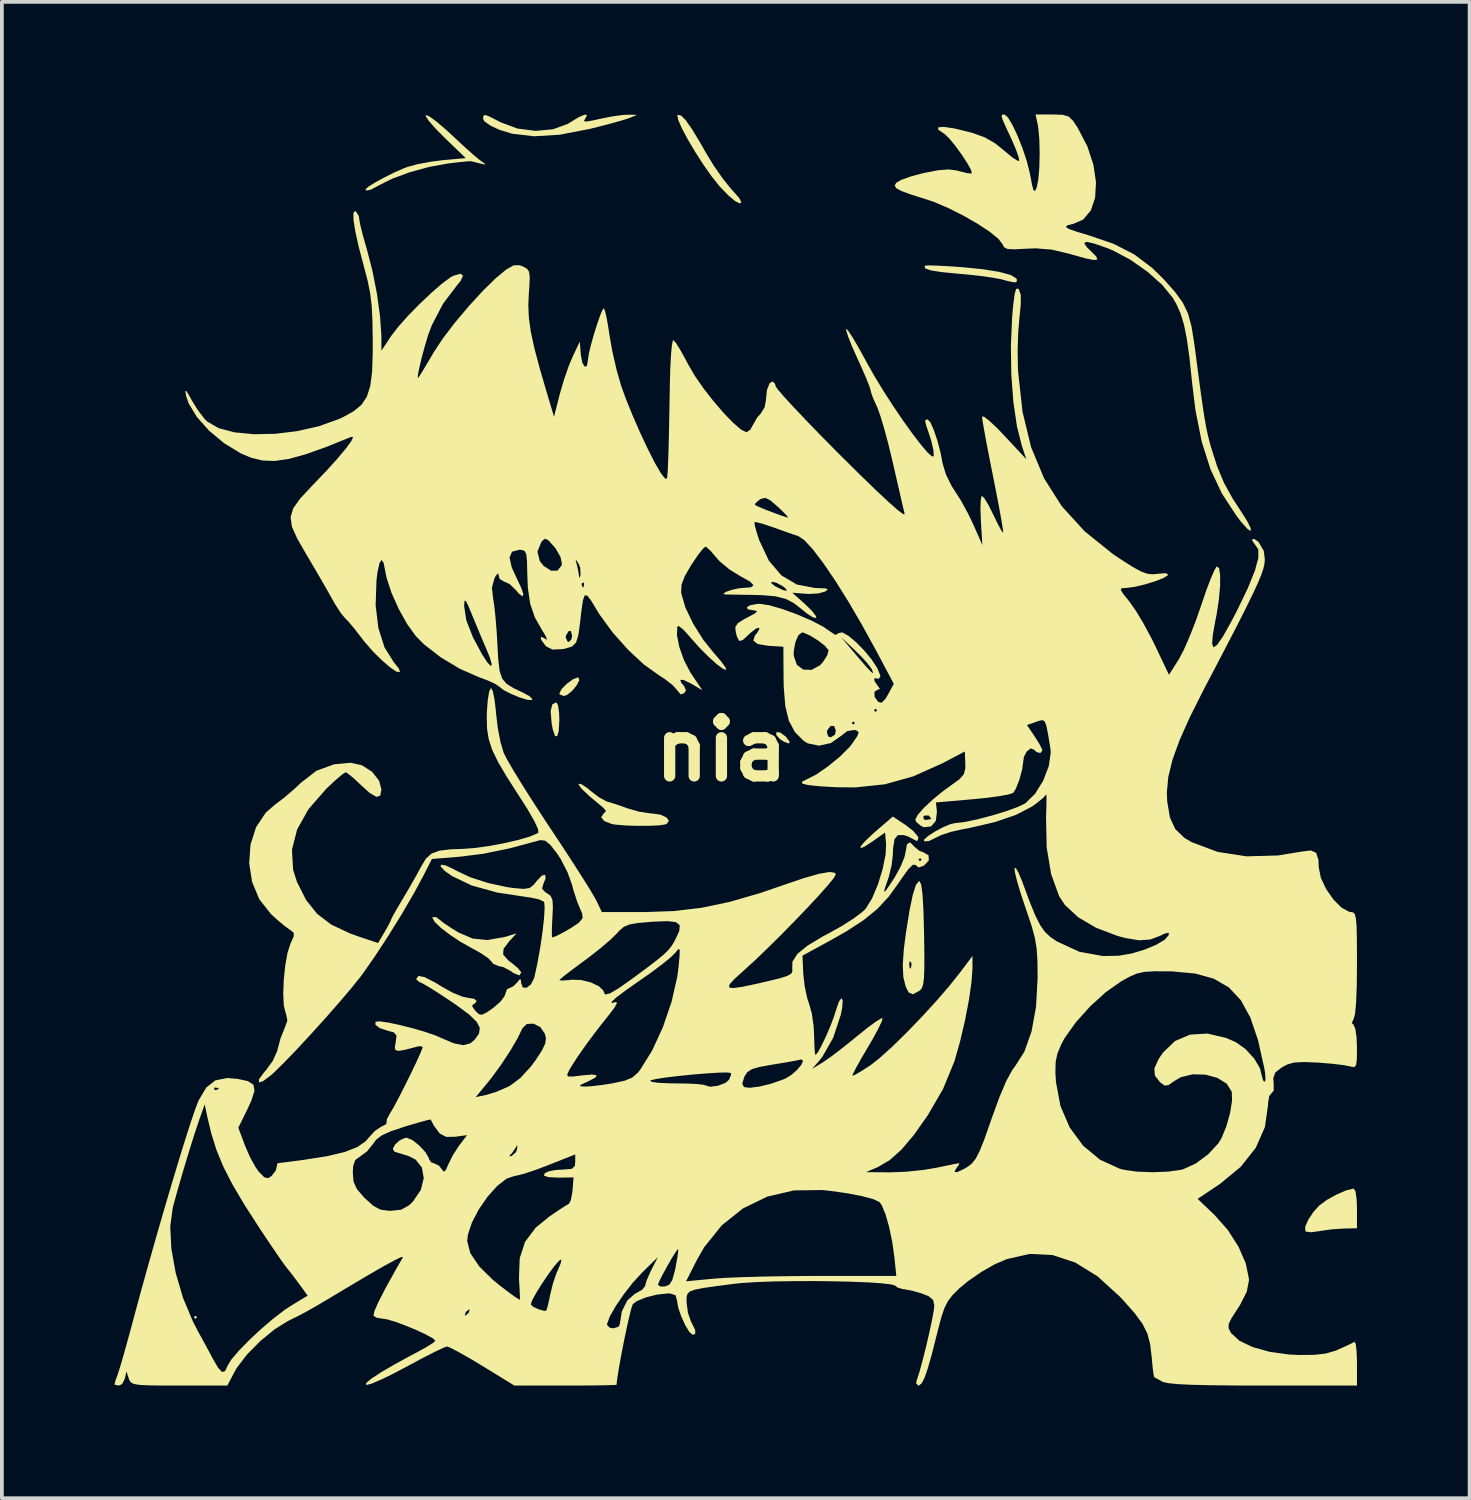
<source format=kicad_pcb>
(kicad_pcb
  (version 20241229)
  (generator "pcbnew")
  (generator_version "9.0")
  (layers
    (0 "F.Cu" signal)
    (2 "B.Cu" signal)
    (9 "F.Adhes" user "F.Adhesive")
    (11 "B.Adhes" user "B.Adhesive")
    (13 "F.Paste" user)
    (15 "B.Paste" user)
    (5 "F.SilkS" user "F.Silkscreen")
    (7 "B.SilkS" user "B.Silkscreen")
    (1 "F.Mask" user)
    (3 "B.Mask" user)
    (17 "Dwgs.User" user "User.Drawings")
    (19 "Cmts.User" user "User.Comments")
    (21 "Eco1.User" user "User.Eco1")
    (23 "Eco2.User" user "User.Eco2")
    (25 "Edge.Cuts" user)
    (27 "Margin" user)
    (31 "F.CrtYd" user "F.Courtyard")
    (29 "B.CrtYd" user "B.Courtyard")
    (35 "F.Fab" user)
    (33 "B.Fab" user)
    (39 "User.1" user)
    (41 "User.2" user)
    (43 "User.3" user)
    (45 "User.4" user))
  (footprint "nia"
    (layer "F.Cu")
    (at 16.171 16.933)
    (property "Reference" "nia" (at 0 0 0) (layer "F.SilkS") (effects (font (size 1.524 1.524) (thickness 0.3))))
    (attr through_hole)
    (fp_poly (pts (xy -13.97 15.113) (xy -14.012 15.155) (xy -14.055 15.113) (xy -14.012 15.071)) (stroke (width 0) (type solid)) (fill yes) (layer "F.SilkS"))
    (fp_poly (pts (xy 1.561 -0.469) (xy 1.707 -0.363) (xy 1.714 -0.355) (xy 1.819 -0.22) (xy 1.795 -0.172) (xy 1.666 -0.221) (xy 1.561 -0.289) (xy 1.46 -0.403) (xy 1.463 -0.475)) (stroke (width 0) (type solid)) (fill yes) (layer "F.SilkS"))
    (fp_poly (pts (xy -4.354 -1.193) (xy -4.325 -0.996) (xy -4.318 -0.804) (xy -4.335 -0.508) (xy -4.377 -0.365) (xy -4.434 -0.378) (xy -4.495 -0.554) (xy -4.525 -0.719) (xy -4.55 -1.041) (xy -4.503 -1.22) (xy -4.398 -1.27)) (stroke (width 0) (type solid)) (fill yes) (layer "F.SilkS"))
    (fp_poly (pts (xy -3.81 -1.933) (xy -3.787 -1.859) (xy -3.855 -1.725) (xy -3.975 -1.578) (xy -4.111 -1.468) (xy -4.197 -1.439) (xy -4.306 -1.479) (xy -4.318 -1.509) (xy -4.257 -1.626) (xy -4.113 -1.77) (xy -3.947 -1.89) (xy -3.82 -1.935)) (stroke (width 0) (type solid)) (fill yes) (layer "F.SilkS"))
    (fp_poly (pts (xy 16.894 11.762) (xy 16.925 11.973) (xy 16.933 12.213) (xy 16.933 12.742) (xy 16.573 12.75) (xy 16.26 12.771) (xy 15.957 12.813) (xy 15.917 12.821) (xy 15.705 12.848) (xy 15.57 12.831) (xy 15.561 12.824) (xy 15.552 12.707) (xy 15.634 12.515) (xy 15.781 12.297) (xy 15.932 12.133) (xy 16.131 11.986) (xy 16.394 11.841) (xy 16.653 11.73) (xy 16.844 11.684) (xy 16.846 11.684)) (stroke (width 0) (type solid)) (fill yes) (layer "F.SilkS"))
    (fp_poly (pts (xy 5.746 -12.906) (xy 6.07 -12.889) (xy 6.392 -12.867) (xy 6.962 -12.81) (xy 7.405 -12.739) (xy 7.708 -12.656) (xy 7.859 -12.564) (xy 7.874 -12.522) (xy 7.862 -12.471) (xy 7.799 -12.46) (xy 7.644 -12.492) (xy 7.451 -12.543) (xy 7.235 -12.584) (xy 6.906 -12.63) (xy 6.52 -12.672) (xy 6.33 -12.688) (xy 5.877 -12.732) (xy 5.582 -12.778) (xy 5.431 -12.83) (xy 5.414 -12.89) (xy 5.426 -12.904) (xy 5.519 -12.912)) (stroke (width 0) (type solid)) (fill yes) (layer "F.SilkS"))
    (fp_poly (pts (xy -1.074 -16.904) (xy -0.951 -16.781) (xy -0.783 -16.54) (xy -0.558 -16.168) (xy -0.416 -15.917) (xy -0.202 -15.566) (xy 0.038 -15.222) (xy 0.256 -14.952) (xy 0.284 -14.922) (xy 0.472 -14.709) (xy 0.533 -14.593) (xy 0.488 -14.563) (xy 0.367 -14.623) (xy 0.179 -14.782) (xy -0.038 -15.007) (xy -0.059 -15.03) (xy -0.263 -15.287) (xy -0.482 -15.598) (xy -0.697 -15.933) (xy -0.892 -16.261) (xy -1.048 -16.552) (xy -1.148 -16.778) (xy -1.175 -16.906) (xy -1.162 -16.923)) (stroke (width 0) (type solid)) (fill yes) (layer "F.SilkS"))
    (fp_poly (pts (xy -3.717 0.917) (xy -3.558 1.027) (xy -3.481 1.092) (xy -3.265 1.257) (xy -3.066 1.367) (xy -3.021 1.381) (xy -2.824 1.44) (xy -2.564 1.531) (xy -2.498 1.556) (xy -2.198 1.642) (xy -1.898 1.688) (xy -1.852 1.69) (xy -1.625 1.722) (xy -1.463 1.796) (xy -1.398 1.886) (xy -1.46 1.968) (xy -1.486 1.98) (xy -1.645 2.006) (xy -1.915 2.019) (xy -2.239 2.02) (xy -2.561 2.01) (xy -2.822 1.988) (xy -2.921 1.972) (xy -3.125 1.891) (xy -3.203 1.79) (xy -3.145 1.701) (xy -3.074 1.625) (xy -3.146 1.539) (xy -3.504 1.24) (xy -3.724 1.034) (xy -3.808 0.918) (xy -3.803 0.897)) (stroke (width 0) (type solid)) (fill yes) (layer "F.SilkS"))
    (fp_poly (pts (xy 5.28 3.496) (xy 5.322 3.586) (xy 5.356 3.831) (xy 5.381 4.234) (xy 5.398 4.801) (xy 5.4 4.917) (xy 5.407 5.439) (xy 5.406 5.817) (xy 5.396 6.078) (xy 5.374 6.245) (xy 5.338 6.347) (xy 5.286 6.407) (xy 5.278 6.413) (xy 5.101 6.508) (xy 4.988 6.46) (xy 4.909 6.302) (xy 4.847 6.052) (xy 4.831 5.727) (xy 4.832 5.708) (xy 5.002 5.708) (xy 5.018 5.818) (xy 5.046 5.819) (xy 5.067 5.706) (xy 5.053 5.657) (xy 5.016 5.625) (xy 5.002 5.708) (xy 4.832 5.708) (xy 4.861 5.294) (xy 4.914 4.885) (xy 5.01 4.286) (xy 5.099 3.855) (xy 5.183 3.592) (xy 5.262 3.494)) (stroke (width 0) (type solid)) (fill yes) (layer "F.SilkS"))
    (fp_poly (pts (xy -7.6 4.454) (xy -7.524 4.51) (xy -7.387 4.617) (xy -7.163 4.766) (xy -7.005 4.861) (xy -6.63 5.023) (xy -6.238 5.063) (xy -5.781 4.982) (xy -5.673 4.951) (xy -5.461 4.886) (xy -5.652 5.094) (xy -5.805 5.297) (xy -5.815 5.451) (xy -5.678 5.605) (xy -5.588 5.673) (xy -5.421 5.811) (xy -5.337 5.919) (xy -5.334 5.932) (xy -5.385 6.005) (xy -5.537 5.944) (xy -5.625 5.882) (xy -5.813 5.783) (xy -5.934 5.757) (xy -6.082 5.697) (xy -6.123 5.64) (xy -6.218 5.543) (xy -6.42 5.406) (xy -6.649 5.28) (xy -6.951 5.111) (xy -7.238 4.92) (xy -7.479 4.733) (xy -7.644 4.574) (xy -7.701 4.467) (xy -7.694 4.449)) (stroke (width 0) (type solid)) (fill yes) (layer "F.SilkS"))
    (fp_poly (pts (xy -3.578 -16.913) (xy -3.632 -16.817) (xy -3.663 -16.758) (xy -3.601 -16.744) (xy -3.42 -16.775) (xy -3.24 -16.816) (xy -2.924 -16.879) (xy -2.635 -16.919) (xy -2.498 -16.927) (xy -2.244 -16.923) (xy -2.455 -16.838) (xy -2.626 -16.782) (xy -2.916 -16.7) (xy -3.276 -16.606) (xy -3.514 -16.547) (xy -4.306 -16.394) (xy -4.987 -16.352) (xy -5.574 -16.42) (xy -5.905 -16.52) (xy -6.154 -16.636) (xy -6.314 -16.75) (xy -6.35 -16.812) (xy -6.343 -16.896) (xy -6.299 -16.921) (xy -6.184 -16.88) (xy -5.964 -16.768) (xy -5.876 -16.722) (xy -5.434 -16.558) (xy -4.953 -16.496) (xy -4.488 -16.538) (xy -4.092 -16.683) (xy -4.03 -16.722) (xy -3.796 -16.864) (xy -3.638 -16.93)) (stroke (width 0) (type solid)) (fill yes) (layer "F.SilkS"))
    (fp_poly (pts (xy -7.776 -16.878) (xy -7.588 -16.741) (xy -7.343 -16.532) (xy -7.168 -16.371) (xy -6.889 -16.11) (xy -6.639 -15.885) (xy -6.453 -15.729) (xy -6.391 -15.683) (xy -6.284 -15.609) (xy -6.322 -15.602) (xy -6.435 -15.629) (xy -6.609 -15.672) (xy -6.689 -15.689) (xy -6.788 -15.682) (xy -7.007 -15.66) (xy -7.281 -15.628) (xy -7.782 -15.537) (xy -8.301 -15.395) (xy -8.773 -15.221) (xy -9.101 -15.057) (xy -9.341 -14.929) (xy -9.466 -14.906) (xy -9.483 -14.936) (xy -9.413 -15.004) (xy -9.231 -15.118) (xy -8.982 -15.255) (xy -8.709 -15.391) (xy -8.455 -15.502) (xy -8.374 -15.533) (xy -8.089 -15.61) (xy -7.721 -15.678) (xy -7.407 -15.717) (xy -6.812 -15.77) (xy -7.391 -16.328) (xy -7.629 -16.57) (xy -7.799 -16.766) (xy -7.879 -16.89) (xy -7.874 -16.919)) (stroke (width 0) (type solid)) (fill yes) (layer "F.SilkS"))
    (fp_poly (pts (xy 7.631 -16.858) (xy 7.752 -16.658) (xy 7.888 -16.371) (xy 8.021 -16.035) (xy 8.137 -15.688) (xy 8.218 -15.367) (xy 8.227 -15.319) (xy 8.28 -15.038) (xy 8.32 -14.905) (xy 8.358 -14.899) (xy 8.4 -14.988) (xy 8.443 -15.2) (xy 8.47 -15.523) (xy 8.479 -15.899) (xy 8.47 -16.271) (xy 8.442 -16.581) (xy 8.426 -16.672) (xy 8.369 -16.933) (xy 8.82 -16.933) (xy 9.087 -16.925) (xy 9.25 -16.879) (xy 9.372 -16.761) (xy 9.495 -16.573) (xy 9.751 -16.081) (xy 9.912 -15.59) (xy 9.98 -15.126) (xy 9.956 -14.712) (xy 9.841 -14.372) (xy 9.636 -14.132) (xy 9.384 -14.022) (xy 9.223 -13.982) (xy 9.175 -13.939) (xy 9.255 -13.883) (xy 9.475 -13.806) (xy 9.786 -13.714) (xy 10.453 -13.485) (xy 11.003 -13.203) (xy 11.484 -12.838) (xy 11.785 -12.542) (xy 12.087 -12.203) (xy 12.295 -11.916) (xy 12.433 -11.626) (xy 12.526 -11.28) (xy 12.599 -10.826) (xy 12.609 -10.753) (xy 12.697 -10.081) (xy 12.768 -9.552) (xy 12.826 -9.142) (xy 12.875 -8.826) (xy 12.919 -8.579) (xy 12.963 -8.377) (xy 13.009 -8.195) (xy 13.039 -8.086) (xy 13.21 -7.551) (xy 13.393 -7.112) (xy 13.621 -6.7) (xy 13.806 -6.417) (xy 14.002 -6.11) (xy 14.1 -5.913) (xy 14.105 -5.835) (xy 14.022 -5.885) (xy 13.853 -6.071) (xy 13.724 -6.238) (xy 13.334 -6.834) (xy 13.029 -7.483) (xy 12.797 -8.213) (xy 12.63 -9.053) (xy 12.536 -9.821) (xy 12.47 -10.451) (xy 12.402 -10.942) (xy 12.326 -11.325) (xy 12.234 -11.629) (xy 12.12 -11.885) (xy 12.022 -12.052) (xy 11.741 -12.396) (xy 11.348 -12.746) (xy 10.892 -13.065) (xy 10.424 -13.314) (xy 10.282 -13.372) (xy 9.931 -13.494) (xy 9.727 -13.539) (xy 9.664 -13.507) (xy 9.736 -13.397) (xy 9.841 -13.295) (xy 9.984 -13.152) (xy 10.018 -13.072) (xy 9.931 -13.054) (xy 9.71 -13.097) (xy 9.344 -13.199) (xy 9.28 -13.218) (xy 8.808 -13.331) (xy 8.376 -13.367) (xy 8.109 -13.356) (xy 7.802 -13.34) (xy 7.622 -13.35) (xy 7.531 -13.395) (xy 7.488 -13.477) (xy 7.379 -13.621) (xy 7.147 -13.809) (xy 6.826 -14.02) (xy 6.45 -14.236) (xy 6.053 -14.436) (xy 5.669 -14.6) (xy 5.449 -14.675) (xy 5.051 -14.8) (xy 4.794 -14.894) (xy 4.658 -14.969) (xy 4.618 -15.037) (xy 4.654 -15.11) (xy 4.782 -15.186) (xy 5.027 -15.276) (xy 5.34 -15.361) (xy 5.394 -15.374) (xy 5.772 -15.447) (xy 6.042 -15.469) (xy 6.26 -15.443) (xy 6.335 -15.423) (xy 6.539 -15.371) (xy 6.661 -15.359) (xy 6.67 -15.363) (xy 6.652 -15.452) (xy 6.554 -15.63) (xy 6.407 -15.856) (xy 6.238 -16.089) (xy 6.076 -16.288) (xy 5.951 -16.41) (xy 5.931 -16.423) (xy 5.777 -16.528) (xy 5.777 -16.59) (xy 5.918 -16.603) (xy 6.191 -16.564) (xy 6.244 -16.552) (xy 6.69 -16.442) (xy 7.021 -16.321) (xy 7.293 -16.164) (xy 7.558 -15.95) (xy 7.75 -15.79) (xy 7.89 -15.701) (xy 7.934 -15.695) (xy 7.922 -15.787) (xy 7.851 -15.99) (xy 7.734 -16.263) (xy 7.715 -16.304) (xy 7.571 -16.613) (xy 7.49 -16.799) (xy 7.463 -16.894) (xy 7.482 -16.929) (xy 7.538 -16.933) (xy 7.54 -16.933)) (stroke (width 0) (type solid)) (fill yes) (layer "F.SilkS"))
    (fp_poly (pts (xy -9.746 -14.357) (xy -9.662 -14.23) (xy -9.652 -14.16) (xy -9.628 -14.018) (xy -9.566 -13.762) (xy -9.476 -13.441) (xy -9.446 -13.339) (xy -9.3 -12.776) (xy -9.179 -12.162) (xy -9.096 -11.563) (xy -9.06 -11.046) (xy -9.059 -10.986) (xy -9.059 -10.639) (xy -8.802 -11.027) (xy -8.615 -11.272) (xy -8.351 -11.568) (xy -8.044 -11.882) (xy -7.729 -12.18) (xy -7.441 -12.43) (xy -7.214 -12.597) (xy -7.147 -12.634) (xy -6.955 -12.69) (xy -6.886 -12.64) (xy -6.947 -12.499) (xy -7.044 -12.382) (xy -7.416 -11.892) (xy -7.716 -11.317) (xy -7.816 -11.049) (xy -7.901 -10.766) (xy -7.982 -10.467) (xy -8.047 -10.195) (xy -8.086 -9.993) (xy -8.09 -9.907) (xy -8.088 -9.906) (xy -8.039 -9.974) (xy -7.925 -10.157) (xy -7.767 -10.422) (xy -7.67 -10.589) (xy -7.426 -10.96) (xy -7.103 -11.384) (xy -6.735 -11.821) (xy -6.358 -12.232) (xy -6.006 -12.577) (xy -5.733 -12.802) (xy -5.536 -12.914) (xy -5.375 -12.916) (xy -5.286 -12.882) (xy -5.181 -12.824) (xy -5.125 -12.743) (xy -5.107 -12.596) (xy -5.118 -12.342) (xy -5.131 -12.173) (xy -5.145 -11.84) (xy -5.13 -11.508) (xy -5.078 -11.143) (xy -4.985 -10.711) (xy -4.844 -10.18) (xy -4.695 -9.668) (xy -4.46 -8.879) (xy -4.308 -9.478) (xy -4.2 -9.85) (xy -4.072 -10.221) (xy -3.965 -10.478) (xy -3.774 -10.88) (xy -3.744 -10.518) (xy -3.704 -10.313) (xy -3.64 -10.212) (xy -3.582 -10.234) (xy -3.556 -10.397) (xy -3.556 -10.398) (xy -3.534 -10.556) (xy -3.474 -10.802) (xy -3.393 -11.09) (xy -3.303 -11.374) (xy -3.22 -11.609) (xy -3.156 -11.749) (xy -3.136 -11.769) (xy -3.099 -11.691) (xy -3.052 -11.484) (xy -3.002 -11.188) (xy -2.985 -11.07) (xy -2.907 -10.624) (xy -2.793 -10.128) (xy -2.668 -9.694) (xy -2.532 -9.322) (xy -2.356 -8.89) (xy -2.159 -8.441) (xy -1.958 -8.015) (xy -1.773 -7.65) (xy -1.621 -7.389) (xy -1.575 -7.324) (xy -1.488 -7.223) (xy -1.448 -7.245) (xy -1.432 -7.413) (xy -1.43 -7.451) (xy -1.419 -7.715) (xy -1.408 -8.036) (xy -1.398 -8.44) (xy -1.388 -8.954) (xy -1.376 -9.605) (xy -1.374 -9.758) (xy -1.362 -10.18) (xy -1.343 -10.533) (xy -1.319 -10.788) (xy -1.292 -10.914) (xy -1.284 -10.922) (xy -1.216 -10.852) (xy -1.097 -10.663) (xy -0.947 -10.392) (xy -0.882 -10.266) (xy -0.707 -9.967) (xy -0.476 -9.634) (xy -0.212 -9.296) (xy 0.06 -8.98) (xy 0.313 -8.718) (xy 0.524 -8.537) (xy 0.667 -8.467) (xy 0.671 -8.467) (xy 0.771 -8.537) (xy 0.84 -8.661) (xy 0.955 -8.863) (xy 1.05 -8.967) (xy 1.151 -9.132) (xy 1.185 -9.317) (xy 1.213 -9.593) (xy 1.285 -9.774) (xy 1.364 -9.821) (xy 1.432 -9.753) (xy 1.439 -9.702) (xy 1.497 -9.613) (xy 1.661 -9.422) (xy 1.915 -9.145) (xy 2.245 -8.796) (xy 2.635 -8.393) (xy 3.071 -7.951) (xy 3.185 -7.837) (xy 3.685 -7.342) (xy 4.109 -6.931) (xy 4.449 -6.613) (xy 4.697 -6.394) (xy 4.844 -6.283) (xy 4.883 -6.285) (xy 4.848 -6.435) (xy 4.783 -6.714) (xy 4.697 -7.087) (xy 4.599 -7.517) (xy 4.566 -7.662) (xy 4.456 -8.118) (xy 4.343 -8.541) (xy 4.239 -8.89) (xy 4.155 -9.124) (xy 4.138 -9.162) (xy 4.038 -9.381) (xy 3.983 -9.543) (xy 3.979 -9.571) (xy 3.945 -9.684) (xy 3.854 -9.912) (xy 3.722 -10.217) (xy 3.628 -10.422) (xy 3.483 -10.747) (xy 3.377 -11.012) (xy 3.323 -11.182) (xy 3.322 -11.224) (xy 3.377 -11.172) (xy 3.493 -10.997) (xy 3.653 -10.724) (xy 3.841 -10.383) (xy 3.855 -10.355) (xy 4.067 -9.979) (xy 4.312 -9.575) (xy 4.575 -9.168) (xy 4.84 -8.777) (xy 5.092 -8.425) (xy 5.316 -8.134) (xy 5.495 -7.925) (xy 5.615 -7.82) (xy 5.658 -7.83) (xy 5.649 -7.987) (xy 5.593 -8.229) (xy 5.553 -8.358) (xy 5.467 -8.613) (xy 5.43 -8.746) (xy 5.436 -8.797) (xy 5.482 -8.805) (xy 5.497 -8.805) (xy 5.568 -8.729) (xy 5.658 -8.529) (xy 5.753 -8.247) (xy 5.838 -7.925) (xy 5.893 -7.638) (xy 5.98 -7.346) (xy 6.133 -7.034) (xy 6.208 -6.919) (xy 6.382 -6.646) (xy 6.572 -6.3) (xy 6.71 -6.011) (xy 6.953 -5.461) (xy 6.912 -6.117) (xy 6.901 -6.426) (xy 6.909 -6.656) (xy 6.933 -6.769) (xy 6.941 -6.773) (xy 7.01 -6.702) (xy 7.121 -6.517) (xy 7.246 -6.266) (xy 7.368 -6.014) (xy 7.462 -5.841) (xy 7.508 -5.786) (xy 7.501 -5.874) (xy 7.464 -6.1) (xy 7.403 -6.439) (xy 7.322 -6.862) (xy 7.239 -7.282) (xy 7.143 -7.766) (xy 7.059 -8.199) (xy 6.995 -8.55) (xy 6.954 -8.79) (xy 6.943 -8.883) (xy 6.995 -8.882) (xy 7.137 -8.774) (xy 7.346 -8.577) (xy 7.533 -8.382) (xy 8.124 -7.747) (xy 8.008 -8.093) (xy 7.874 -8.619) (xy 7.779 -9.268) (xy 7.724 -10) (xy 7.712 -10.773) (xy 7.746 -11.544) (xy 7.777 -11.888) (xy 7.815 -12.163) (xy 7.855 -12.289) (xy 7.908 -12.29) (xy 7.927 -12.269) (xy 7.974 -12.134) (xy 7.977 -11.886) (xy 7.94 -11.515) (xy 7.907 -11.123) (xy 7.893 -10.651) (xy 7.899 -10.185) (xy 7.905 -10.075) (xy 8.022 -9.014) (xy 8.25 -8.072) (xy 8.597 -7.237) (xy 9.07 -6.493) (xy 9.677 -5.828) (xy 10.425 -5.226) (xy 10.626 -5.09) (xy 10.954 -4.881) (xy 11.185 -4.754) (xy 11.359 -4.693) (xy 11.517 -4.683) (xy 11.627 -4.696) (xy 11.838 -4.712) (xy 11.904 -4.675) (xy 11.898 -4.661) (xy 11.787 -4.587) (xy 11.564 -4.499) (xy 11.287 -4.413) (xy 11.01 -4.347) (xy 10.79 -4.318) (xy 10.774 -4.318) (xy 10.665 -4.311) (xy 10.638 -4.27) (xy 10.703 -4.163) (xy 10.868 -3.957) (xy 10.872 -3.952) (xy 11.041 -3.712) (xy 11.245 -3.373) (xy 11.451 -2.99) (xy 11.548 -2.795) (xy 11.924 -2.004) (xy 12.187 -2.418) (xy 12.318 -2.666) (xy 12.476 -3.026) (xy 12.641 -3.448) (xy 12.78 -3.848) (xy 12.912 -4.236) (xy 13.035 -4.56) (xy 13.134 -4.79) (xy 13.198 -4.892) (xy 13.202 -4.894) (xy 13.26 -4.842) (xy 13.288 -4.655) (xy 13.286 -4.367) (xy 13.254 -4.01) (xy 13.195 -3.618) (xy 13.165 -3.47) (xy 13.092 -3.07) (xy 13.074 -2.825) (xy 13.112 -2.735) (xy 13.207 -2.801) (xy 13.361 -3.023) (xy 13.574 -3.401) (xy 13.744 -3.728) (xy 14.028 -4.318) (xy 14.215 -4.78) (xy 14.306 -5.12) (xy 14.304 -5.347) (xy 14.224 -5.461) (xy 14.142 -5.58) (xy 14.139 -5.606) (xy 14.191 -5.626) (xy 14.309 -5.546) (xy 14.45 -5.306) (xy 14.478 -5.078) (xy 14.47 -4.972) (xy 14.442 -4.843) (xy 14.387 -4.677) (xy 14.297 -4.459) (xy 14.166 -4.175) (xy 13.988 -3.809) (xy 13.754 -3.346) (xy 13.458 -2.773) (xy 13.093 -2.073) (xy 12.849 -1.609) (xy 12.481 -0.877) (xy 12.206 -0.261) (xy 12.016 0.264) (xy 11.906 0.719) (xy 11.868 1.125) (xy 11.877 1.367) (xy 11.95 1.799) (xy 12.094 2.109) (xy 12.335 2.34) (xy 12.53 2.455) (xy 13.221 2.714) (xy 13.994 2.833) (xy 14.833 2.809) (xy 15.45 2.707) (xy 15.702 2.676) (xy 15.844 2.738) (xy 15.906 2.921) (xy 15.916 3.135) (xy 15.971 3.406) (xy 16.111 3.703) (xy 16.305 3.982) (xy 16.521 4.199) (xy 16.727 4.311) (xy 16.78 4.318) (xy 16.837 4.329) (xy 16.878 4.38) (xy 16.905 4.493) (xy 16.922 4.693) (xy 16.93 5.004) (xy 16.933 5.45) (xy 16.933 5.698) (xy 16.928 6.279) (xy 16.91 6.724) (xy 16.883 7.023) (xy 16.846 7.165) (xy 16.841 7.17) (xy 16.795 7.272) (xy 16.841 7.319) (xy 16.889 7.428) (xy 16.922 7.657) (xy 16.933 7.931) (xy 16.93 8.227) (xy 16.912 8.388) (xy 16.866 8.447) (xy 16.778 8.438) (xy 16.743 8.427) (xy 16.569 8.394) (xy 16.282 8.36) (xy 15.94 8.331) (xy 15.875 8.327) (xy 15.51 8.313) (xy 15.262 8.326) (xy 15.081 8.375) (xy 14.936 8.452) (xy 14.759 8.59) (xy 14.703 8.74) (xy 14.713 8.881) (xy 14.715 9.075) (xy 14.657 9.144) (xy 14.596 9.219) (xy 14.564 9.407) (xy 14.563 9.462) (xy 14.48 10.048) (xy 14.236 10.599) (xy 13.836 11.105) (xy 13.288 11.557) (xy 13.265 11.572) (xy 12.688 11.959) (xy 13.144 12.394) (xy 13.492 12.788) (xy 13.776 13.232) (xy 13.971 13.678) (xy 14.053 14.082) (xy 14.055 14.13) (xy 13.996 14.435) (xy 13.812 14.796) (xy 13.752 14.887) (xy 13.591 15.136) (xy 13.515 15.293) (xy 13.513 15.406) (xy 13.571 15.521) (xy 13.58 15.535) (xy 13.8 15.738) (xy 14.153 15.907) (xy 14.606 16.034) (xy 15.126 16.106) (xy 15.409 16.118) (xy 15.799 16.114) (xy 16.096 16.081) (xy 16.368 16.002) (xy 16.683 15.861) (xy 16.87 15.767) (xy 16.901 15.827) (xy 16.923 16.018) (xy 16.933 16.298) (xy 16.933 16.334) (xy 16.933 16.933) (xy 14.435 16.933) (xy 13.646 16.931) (xy 13.013 16.924) (xy 12.523 16.912) (xy 12.162 16.895) (xy 11.916 16.87) (xy 11.774 16.84) (xy 11.746 16.828) (xy 11.595 16.744) (xy 11.531 16.71) (xy 11.511 16.626) (xy 11.486 16.42) (xy 11.463 16.168) (xy 11.423 15.829) (xy 11.349 15.55) (xy 11.22 15.29) (xy 11.014 15.008) (xy 10.709 14.664) (xy 10.611 14.56) (xy 10.022 14.023) (xy 9.427 13.655) (xy 8.826 13.456) (xy 8.218 13.425) (xy 7.603 13.564) (xy 7.277 13.704) (xy 6.927 13.905) (xy 6.574 14.148) (xy 6.338 14.344) (xy 6.161 14.52) (xy 6.036 14.681) (xy 5.94 14.871) (xy 5.853 15.133) (xy 5.755 15.509) (xy 5.735 15.588) (xy 5.603 16.11) (xy 5.496 16.485) (xy 5.409 16.734) (xy 5.333 16.876) (xy 5.262 16.931) (xy 5.242 16.933) (xy 5.187 16.872) (xy 5.206 16.785) (xy 5.272 16.585) (xy 5.356 16.279) (xy 5.448 15.914) (xy 5.536 15.537) (xy 5.61 15.193) (xy 5.658 14.929) (xy 5.672 14.809) (xy 5.643 14.656) (xy 5.526 14.554) (xy 5.332 14.477) (xy 5.083 14.406) (xy 4.882 14.368) (xy 4.845 14.366) (xy 4.686 14.319) (xy 4.639 14.275) (xy 4.534 14.24) (xy 4.288 14.21) (xy 3.928 14.185) (xy 3.482 14.167) (xy 2.978 14.155) (xy 2.442 14.149) (xy 1.903 14.151) (xy 1.388 14.159) (xy 0.926 14.176) (xy 0.543 14.2) (xy 0.357 14.22) (xy -0.133 14.283) (xy -0.48 14.333) (xy -0.709 14.378) (xy -0.843 14.428) (xy -0.908 14.494) (xy -0.928 14.583) (xy -0.928 14.707) (xy -0.928 14.72) (xy -0.892 14.994) (xy -0.809 15.232) (xy -0.804 15.24) (xy -0.699 15.452) (xy -0.697 15.556) (xy -0.766 15.579) (xy -0.854 15.506) (xy -0.964 15.324) (xy -1.072 15.087) (xy -1.154 14.847) (xy -1.183 14.668) (xy -1.222 14.527) (xy -1.363 14.48) (xy -1.418 14.478) (xy -1.709 14.508) (xy -2.009 14.583) (xy -2.254 14.683) (xy -2.36 14.762) (xy -2.398 14.869) (xy -2.457 15.103) (xy -2.529 15.423) (xy -2.605 15.791) (xy -2.677 16.165) (xy -2.738 16.505) (xy -2.78 16.772) (xy -2.794 16.912) (xy -2.874 16.919) (xy -3.095 16.925) (xy -3.429 16.93) (xy -3.847 16.933) (xy -4.155 16.933) (xy -5.517 16.933) (xy -6.366 16.411) (xy -6.708 16.206) (xy -7.001 16.04) (xy -7.214 15.929) (xy -7.312 15.891) (xy -7.419 15.931) (xy -7.643 16.037) (xy -7.951 16.195) (xy -8.314 16.389) (xy -8.367 16.418) (xy -8.738 16.614) (xy -9.064 16.773) (xy -9.313 16.879) (xy -9.452 16.918) (xy -9.46 16.917) (xy -9.466 16.867) (xy -9.331 16.752) (xy -9.071 16.581) (xy -8.698 16.363) (xy -8.226 16.106) (xy -8.107 16.044) (xy -7.858 15.907) (xy -7.682 15.796) (xy -7.62 15.739) (xy -7.693 15.672) (xy -7.882 15.568) (xy -8.143 15.447) (xy -8.432 15.328) (xy -8.469 15.314) (xy -3.048 15.314) (xy -2.977 15.391) (xy -2.879 15.409) (xy -2.741 15.365) (xy -2.709 15.303) (xy -2.654 14.96) (xy -2.511 14.67) (xy -2.307 14.488) (xy -2.285 14.477) (xy -2.11 14.378) (xy -2.032 14.279) (xy -2.032 14.274) (xy -2.026 14.251) (xy -1.693 14.251) (xy -1.623 14.295) (xy -1.506 14.293) (xy -1.391 14.248) (xy -1.33 14.155) (xy -0.942 14.155) (xy -0.196 14.084) (xy 0.107 14.063) (xy 0.544 14.045) (xy 1.079 14.03) (xy 1.677 14.019) (xy 2.301 14.013) (xy 2.605 14.012) (xy 4.66 14.012) (xy 4.607 13.504) (xy 4.549 13.096) (xy 4.467 12.702) (xy 4.37 12.365) (xy 4.272 12.127) (xy 4.208 12.041) (xy 4.037 11.963) (xy 3.734 11.883) (xy 3.337 11.807) (xy 2.884 11.744) (xy 2.69 11.724) (xy 1.932 11.733) (xy 1.221 11.899) (xy 0.574 12.213) (xy 0.008 12.666) (xy -0.46 13.248) (xy -0.648 13.576) (xy -0.942 14.155) (xy -1.33 14.155) (xy -1.312 14.127) (xy -1.244 13.89) (xy -1.221 13.78) (xy -1.174 13.52) (xy -1.15 13.344) (xy -1.153 13.293) (xy -1.209 13.36) (xy -1.316 13.529) (xy -1.444 13.752) (xy -1.568 13.979) (xy -1.66 14.163) (xy -1.693 14.251) (xy -2.026 14.251) (xy -1.996 14.142) (xy -1.905 13.93) (xy -1.863 13.843) (xy -1.693 13.511) (xy -2.121 13.931) (xy -2.362 14.194) (xy -2.602 14.501) (xy -2.813 14.811) (xy -2.97 15.085) (xy -3.045 15.283) (xy -3.048 15.314) (xy -8.469 15.314) (xy -8.705 15.228) (xy -8.919 15.166) (xy -8.998 15.155) (xy -9.182 15.127) (xy -9.269 15.073) (xy -9.268 15.065) (xy -6.837 15.065) (xy -6.826 15.071) (xy -6.748 15.011) (xy -6.731 14.986) (xy -6.709 14.907) (xy -6.721 14.901) (xy -6.798 14.961) (xy -6.816 14.986) (xy -6.837 15.065) (xy -9.268 15.065) (xy -9.25 14.961) (xy -9.168 14.771) (xy -5.08 14.771) (xy -5.012 14.835) (xy -4.863 14.903) (xy -4.719 14.943) (xy -4.668 14.938) (xy -4.635 14.845) (xy -4.588 14.641) (xy -4.562 14.513) (xy -4.488 14.209) (xy -4.392 13.93) (xy -4.36 13.86) (xy -4.283 13.679) (xy -4.263 13.576) (xy -4.265 13.571) (xy -4.331 13.611) (xy -4.457 13.758) (xy -4.617 13.975) (xy -4.785 14.223) (xy -4.935 14.465) (xy -5.042 14.662) (xy -5.08 14.771) (xy -9.168 14.771) (xy -9.143 14.715) (xy -8.952 14.343) (xy -8.681 13.853) (xy -8.484 13.511) (xy -8.527 13.508) (xy -8.709 13.595) (xy -9.029 13.77) (xy -9.483 14.033) (xy -10.07 14.382) (xy -10.16 14.436) (xy -10.547 14.668) (xy -10.83 14.834) (xy -11.049 14.958) (xy -11.243 15.061) (xy -11.453 15.166) (xy -11.542 15.209) (xy -11.906 15.435) (xy -12.29 15.751) (xy -12.641 16.107) (xy -12.906 16.454) (xy -12.96 16.545) (xy -13.165 16.933) (xy -14.447 16.933) (xy -14.938 16.932) (xy -15.285 16.927) (xy -15.516 16.914) (xy -15.657 16.889) (xy -15.735 16.848) (xy -15.775 16.788) (xy -15.791 16.743) (xy -15.854 16.552) (xy -15.892 16.743) (xy -15.967 16.892) (xy -16.05 16.933) (xy -16.159 16.912) (xy -16.171 16.897) (xy -16.144 16.799) (xy -16.08 16.621) (xy -16.027 16.456) (xy -15.941 16.163) (xy -15.833 15.778) (xy -15.713 15.338) (xy -15.664 15.155) (xy -15.477 14.462) (xy -15.275 13.734) (xy -15.065 12.994) (xy -14.978 12.692) (xy -14.685 12.692) (xy -14.656 13.287) (xy -14.539 13.936) (xy -14.344 14.599) (xy -14.076 15.237) (xy -13.942 15.494) (xy -13.8 15.752) (xy -13.634 16.061) (xy -13.564 16.192) (xy -13.411 16.458) (xy -13.303 16.573) (xy -13.222 16.547) (xy -13.161 16.41) (xy -13.06 16.243) (xy -12.857 16.004) (xy -12.581 15.722) (xy -12.265 15.427) (xy -11.939 15.148) (xy -11.636 14.917) (xy -11.479 14.813) (xy -11.024 14.537) (xy -11.248 14.229) (xy -11.411 14.011) (xy -11.549 13.835) (xy -11.581 13.797) (xy -11.666 13.683) (xy -11.824 13.457) (xy -12.031 13.152) (xy -12.079 13.081) (xy -6.773 13.081) (xy -6.692 13.403) (xy -6.453 13.758) (xy -6.096 14.11) (xy -5.895 14.274) (xy -5.678 14.44) (xy -5.492 14.575) (xy -5.38 14.644) (xy -5.369 14.647) (xy -5.368 14.57) (xy -5.377 14.367) (xy -5.393 14.083) (xy -5.394 14.076) (xy -5.375 13.544) (xy -5.232 13.104) (xy -4.948 12.726) (xy -4.585 12.43) (xy -4.341 12.264) (xy -4.152 12.141) (xy -4.063 12.09) (xy -4.014 11.998) (xy -3.975 11.799) (xy -3.967 11.726) (xy -3.94 11.388) (xy -4.341 11.393) (xy -4.605 11.381) (xy -4.731 11.339) (xy -4.706 11.276) (xy -4.607 11.227) (xy -4.432 11.192) (xy -4.192 11.176) (xy -4.184 11.176) (xy -3.986 11.159) (xy -3.906 11.084) (xy -3.895 10.976) (xy -3.895 10.775) (xy -4.613 11.06) (xy -4.952 11.188) (xy -5.247 11.286) (xy -5.453 11.339) (xy -5.502 11.345) (xy -5.723 11.419) (xy -5.975 11.616) (xy -6.231 11.901) (xy -6.463 12.237) (xy -6.647 12.588) (xy -6.756 12.918) (xy -6.773 13.081) (xy -12.079 13.081) (xy -12.268 12.797) (xy -12.307 12.739) (xy -12.713 12.108) (xy -13.028 11.575) (xy -13.269 11.104) (xy -13.452 10.661) (xy -13.593 10.211) (xy -13.696 9.779) (xy -13.767 9.44) (xy -13.917 9.864) (xy -14.037 10.224) (xy -14.184 10.693) (xy -14.342 11.216) (xy -14.493 11.738) (xy -14.618 12.192) (xy -14.685 12.692) (xy -14.978 12.692) (xy -14.854 12.263) (xy -14.648 11.565) (xy -14.454 10.921) (xy -14.278 10.353) (xy -14.127 9.883) (xy -14.007 9.534) (xy -13.929 9.335) (xy -13.732 9.003) (xy -13.518 9.003) (xy -13.507 9.053) (xy -13.462 9.059) (xy -13.392 9.028) (xy -13.406 9.003) (xy -13.506 8.993) (xy -13.518 9.003) (xy -13.732 9.003) (xy -13.726 8.993) (xy -13.482 8.801) (xy -13.163 8.739) (xy -12.897 8.761) (xy -12.617 8.821) (xy -12.468 8.918) (xy -12.44 9.08) (xy -12.522 9.337) (xy -12.618 9.547) (xy -12.871 10.064) (xy -12.693 10.54) (xy -12.561 10.844) (xy -12.411 11.116) (xy -12.321 11.241) (xy -12.178 11.385) (xy -12.075 11.407) (xy -11.99 11.353) (xy -11.924 11.269) (xy -9.821 11.269) (xy -9.8 11.505) (xy -9.713 11.696) (xy -9.529 11.911) (xy -9.493 11.948) (xy -9.27 12.148) (xy -9.08 12.247) (xy -8.856 12.276) (xy -8.807 12.277) (xy -8.53 12.247) (xy -8.323 12.13) (xy -8.214 12.024) (xy -8.008 11.719) (xy -7.931 11.408) (xy -7.979 11.127) (xy -8.149 10.911) (xy -8.34 10.816) (xy -8.559 10.749) (xy -8.711 10.702) (xy -8.756 10.63) (xy -8.697 10.514) (xy -8.573 10.4) (xy -8.425 10.333) (xy -8.385 10.329) (xy -8.236 10.39) (xy -8.051 10.537) (xy -7.885 10.716) (xy -7.794 10.874) (xy -7.789 10.905) (xy -7.721 10.996) (xy -7.667 11.007) (xy -7.527 11.073) (xy -7.461 11.155) (xy -7.397 11.237) (xy -7.341 11.189) (xy -7.281 11.049) (xy -7.171 10.826) (xy -5.653 10.826) (xy -5.588 10.816) (xy -5.473 10.712) (xy -5.441 10.619) (xy -5.439 10.524) (xy -5.475 10.583) (xy -5.579 10.74) (xy -5.622 10.78) (xy -5.653 10.826) (xy -7.171 10.826) (xy -7.162 10.806) (xy -6.999 10.552) (xy -6.981 10.529) (xy -6.777 10.261) (xy -7.106 10.305) (xy -7.333 10.307) (xy -7.504 10.219) (xy -7.658 10.013) (xy -7.748 9.844) (xy -7.827 9.859) (xy -8.03 9.913) (xy -8.319 9.998) (xy -8.447 10.037) (xy -8.812 10.159) (xy -9.051 10.268) (xy -9.201 10.384) (xy -9.281 10.494) (xy -9.443 10.695) (xy -9.624 10.828) (xy -9.756 10.923) (xy -9.812 11.084) (xy -9.821 11.269) (xy -11.924 11.269) (xy -11.877 11.209) (xy -11.853 11.123) (xy -11.832 11.017) (xy -11.817 11.007) (xy -11.722 10.996) (xy -11.502 10.968) (xy -11.2 10.929) (xy -11.119 10.918) (xy -10.504 10.821) (xy -10.039 10.71) (xy -9.703 10.58) (xy -9.478 10.423) (xy -9.401 10.333) (xy -9.233 10.149) (xy -9.063 10.035) (xy -9.051 10.03) (xy -8.932 9.97) (xy -8.923 9.929) (xy -8.913 9.835) (xy -8.825 9.672) (xy -8.818 9.662) (xy -8.727 9.508) (xy -8.594 9.258) (xy -8.589 9.248) (xy -6.546 9.248) (xy -6.257 9.187) (xy -5.994 9.106) (xy -5.7 8.979) (xy -5.631 8.943) (xy -5.36 8.741) (xy -5.273 8.647) (xy -4.109 8.647) (xy -4.088 8.697) (xy -3.96 8.699) (xy -3.73 8.671) (xy -3.446 8.646) (xy -3.322 8.665) (xy -3.36 8.728) (xy -3.56 8.833) (xy -3.577 8.841) (xy -3.747 8.92) (xy -3.77 8.956) (xy -3.658 8.967) (xy -3.648 8.968) (xy -3.457 8.957) (xy -3.168 8.922) (xy -2.904 8.881) (xy -2.584 8.812) (xy -2.572 8.808) (xy -1.897 8.808) (xy -1.855 8.842) (xy -1.673 8.867) (xy -1.378 8.88) (xy -1.23 8.882) (xy -0.892 8.887) (xy -0.622 8.901) (xy -0.462 8.922) (xy -0.438 8.932) (xy -0.299 8.972) (xy -0.092 8.945) (xy 0.054 8.889) (xy 0.554 8.889) (xy 0.601 8.98) (xy 0.753 9) (xy 1.011 8.967) (xy 1.325 8.89) (xy 1.643 8.779) (xy 1.705 8.753) (xy 1.869 8.653) (xy 2.02 8.518) (xy 2.131 8.382) (xy 2.176 8.279) (xy 2.128 8.244) (xy 2.092 8.251) (xy 1.963 8.279) (xy 1.716 8.323) (xy 1.402 8.375) (xy 1.353 8.383) (xy 1.018 8.443) (xy 0.811 8.503) (xy 0.69 8.582) (xy 0.615 8.698) (xy 0.612 8.703) (xy 0.554 8.889) (xy 0.054 8.889) (xy 0.105 8.87) (xy 0.2 8.788) (xy 0.257 8.654) (xy 0.251 8.604) (xy 0.15 8.591) (xy -0.079 8.596) (xy -0.395 8.616) (xy -0.759 8.646) (xy -1.129 8.683) (xy -1.466 8.723) (xy -1.729 8.763) (xy -1.879 8.798) (xy -1.897 8.808) (xy -2.572 8.808) (xy -2.377 8.727) (xy -2.226 8.596) (xy -2.166 8.521) (xy -1.845 8.005) (xy -1.558 7.381) (xy -1.328 6.707) (xy -1.177 6.044) (xy -1.143 5.786) (xy -1.115 5.487) (xy -1.111 5.332) (xy -1.136 5.296) (xy -1.194 5.357) (xy -1.223 5.395) (xy -1.348 5.52) (xy -1.579 5.709) (xy -1.879 5.933) (xy -2.121 6.103) (xy -2.535 6.393) (xy -2.805 6.596) (xy -2.93 6.712) (xy -2.912 6.742) (xy -2.82 6.713) (xy -2.779 6.735) (xy -2.851 6.867) (xy -3.01 7.074) (xy -3.299 7.439) (xy -3.582 7.817) (xy -3.828 8.167) (xy -4.008 8.446) (xy -4.057 8.534) (xy -4.109 8.647) (xy -5.273 8.647) (xy -5.079 8.436) (xy -4.958 8.274) (xy -4.781 8.003) (xy -4.693 7.818) (xy -4.676 7.675) (xy -4.706 7.556) (xy -4.827 7.381) (xy -5.006 7.291) (xy -5.184 7.298) (xy -5.304 7.415) (xy -5.308 7.424) (xy -5.43 7.679) (xy -5.627 8.015) (xy -5.866 8.379) (xy -6.115 8.721) (xy -6.207 8.836) (xy -6.546 9.248) (xy -8.589 9.248) (xy -8.438 8.951) (xy -8.277 8.627) (xy -8.132 8.323) (xy -8.021 8.079) (xy -7.963 7.932) (xy -7.959 7.912) (xy -8.026 7.889) (xy -8.107 7.903) (xy -8.424 7.986) (xy -8.608 8.017) (xy -8.69 7.99) (xy -8.7 7.901) (xy -8.679 7.792) (xy -8.656 7.61) (xy -8.726 7.524) (xy -8.885 7.481) (xy -9.099 7.411) (xy -9.219 7.32) (xy -9.215 7.239) (xy -9.107 7.229) (xy -8.88 7.261) (xy -8.576 7.325) (xy -8.237 7.41) (xy -7.905 7.506) (xy -7.623 7.603) (xy -7.487 7.662) (xy -7.132 7.814) (xy -6.877 7.864) (xy -6.689 7.815) (xy -6.575 7.719) (xy -6.459 7.556) (xy -6.437 7.403) (xy -6.521 7.24) (xy -6.725 7.044) (xy -7.06 6.796) (xy -7.202 6.699) (xy -7.52 6.489) (xy -7.789 6.319) (xy -7.977 6.211) (xy -8.048 6.181) (xy -8.126 6.116) (xy -8.128 6.096) (xy -8.074 6.018) (xy -7.91 6.05) (xy -7.629 6.194) (xy -7.447 6.305) (xy -7.167 6.462) (xy -6.907 6.569) (xy -6.752 6.602) (xy -6.583 6.63) (xy -6.519 6.689) (xy -6.585 6.769) (xy -6.617 6.773) (xy -6.643 6.824) (xy -6.564 6.94) (xy -6.466 7.036) (xy -6.377 7.054) (xy -6.243 6.985) (xy -6.087 6.877) (xy -5.892 6.71) (xy -5.775 6.553) (xy -5.759 6.498) (xy -5.712 6.373) (xy -5.661 6.35) (xy -5.537 6.289) (xy -5.452 6.202) (xy -5.366 6.101) (xy -5.339 6.14) (xy -5.337 6.208) (xy -5.29 6.329) (xy -5.187 6.333) (xy -5.072 6.239) (xy -5.018 6.131) (xy -4.318 6.131) (xy -4.244 6.142) (xy -4.059 6.129) (xy -3.988 6.12) (xy -3.743 6.127) (xy -3.484 6.191) (xy -3.266 6.293) (xy -3.143 6.411) (xy -3.133 6.453) (xy -3.094 6.515) (xy -2.968 6.483) (xy -2.742 6.351) (xy -2.403 6.112) (xy -2.388 6.101) (xy -2 5.814) (xy -1.725 5.604) (xy -1.537 5.449) (xy -1.412 5.328) (xy -1.325 5.216) (xy -1.252 5.093) (xy -1.232 5.057) (xy -1.123 4.822) (xy -1.11 4.67) (xy -1.21 4.586) (xy -1.441 4.559) (xy -1.819 4.574) (xy -1.864 4.577) (xy -2.217 4.608) (xy -2.446 4.647) (xy -2.598 4.71) (xy -2.72 4.813) (xy -2.785 4.886) (xy -2.953 5.051) (xy -3.215 5.275) (xy -3.525 5.519) (xy -3.662 5.62) (xy -3.943 5.828) (xy -4.165 5.998) (xy -4.295 6.106) (xy -4.318 6.131) (xy -5.018 6.131) (xy -4.987 6.067) (xy -4.983 6.053) (xy -4.9 5.665) (xy -4.826 5.251) (xy -4.767 4.847) (xy -4.727 4.489) (xy -4.71 4.215) (xy -4.721 4.059) (xy -4.73 4.041) (xy -4.864 3.978) (xy -5.088 3.93) (xy -5.138 3.924) (xy -5.972 3.798) (xy -6.651 3.61) (xy -7.177 3.359) (xy -7.366 3.224) (xy -7.482 3.104) (xy -7.468 3.054) (xy -7.347 3.075) (xy -7.144 3.17) (xy -7.08 3.207) (xy -6.697 3.388) (xy -6.213 3.544) (xy -5.697 3.655) (xy -5.533 3.678) (xy -5.27 3.7) (xy -5.112 3.677) (xy -5 3.589) (xy -4.926 3.494) (xy -4.785 3.346) (xy -4.694 3.326) (xy -4.685 3.424) (xy -4.736 3.545) (xy -4.78 3.692) (xy -4.689 3.792) (xy -4.648 3.814) (xy -4.551 3.885) (xy -4.502 3.994) (xy -4.49 4.186) (xy -4.503 4.453) (xy -4.517 4.731) (xy -4.518 4.926) (xy -4.508 4.995) (xy -4.397 4.955) (xy -4.205 4.856) (xy -3.994 4.733) (xy -3.826 4.621) (xy -3.792 4.594) (xy -3.698 4.48) (xy -3.712 4.348) (xy -3.76 4.244) (xy -3.847 4.03) (xy -3.941 3.737) (xy -3.982 3.587) (xy -4.1 3.258) (xy -4.279 2.91) (xy -4.381 2.753) (xy -4.562 2.524) (xy -4.696 2.415) (xy -4.82 2.4) (xy -4.854 2.408) (xy -5.646 2.621) (xy -6.333 2.762) (xy -6.96 2.842) (xy -6.984 2.843) (xy -7.714 2.903) (xy -7.933 3.335) (xy -8.188 3.809) (xy -8.508 4.358) (xy -8.861 4.929) (xy -9.214 5.47) (xy -9.533 5.928) (xy -9.62 6.045) (xy -9.867 6.353) (xy -10.191 6.734) (xy -10.561 7.155) (xy -10.95 7.585) (xy -11.327 7.991) (xy -11.665 8.341) (xy -11.933 8.604) (xy -12.005 8.668) (xy -12.217 8.826) (xy -12.325 8.855) (xy -12.318 8.768) (xy -12.181 8.581) (xy -12.133 8.529) (xy -11.955 8.285) (xy -11.836 8.021) (xy -11.821 7.959) (xy -11.745 7.675) (xy -11.642 7.422) (xy -11.564 7.206) (xy -11.6 7.027) (xy -11.611 7.005) (xy -11.659 6.809) (xy -11.675 6.499) (xy -11.661 6.128) (xy -11.622 5.747) (xy -11.562 5.408) (xy -11.484 5.164) (xy -11.48 5.155) (xy -11.396 4.968) (xy -11.394 4.869) (xy -11.478 4.801) (xy -11.492 4.793) (xy -11.634 4.691) (xy -11.844 4.514) (xy -12.008 4.364) (xy -12.314 3.973) (xy -12.505 3.512) (xy -12.582 3.016) (xy -12.547 2.52) (xy -12.4 2.06) (xy -12.143 1.671) (xy -11.906 1.464) (xy -11.638 1.261) (xy -11.345 1.007) (xy -11.207 0.875) (xy -10.793 0.554) (xy -10.32 0.381) (xy -9.878 0.339) (xy -9.576 0.406) (xy -9.308 0.579) (xy -9.12 0.818) (xy -9.059 1.052) (xy -9.091 1.217) (xy -9.192 1.248) (xy -9.371 1.144) (xy -9.61 0.928) (xy -9.806 0.745) (xy -9.956 0.623) (xy -10.012 0.593) (xy -10.099 0.648) (xy -10.271 0.793) (xy -10.493 1) (xy -10.532 1.037) (xy -11.001 1.575) (xy -11.304 2.115) (xy -11.442 2.653) (xy -11.412 3.187) (xy -11.309 3.514) (xy -11.067 3.994) (xy -10.773 4.363) (xy -10.393 4.652) (xy -9.893 4.888) (xy -9.616 4.986) (xy -9.147 5.141) (xy -8.976 4.852) (xy -8.868 4.66) (xy -8.809 4.54) (xy -8.805 4.526) (xy -8.765 4.442) (xy -8.658 4.251) (xy -8.507 3.994) (xy -8.486 3.96) (xy -8.298 3.64) (xy -8.12 3.326) (xy -7.999 3.103) (xy -7.874 2.895) (xy -7.727 2.761) (xy -7.521 2.683) (xy -7.215 2.646) (xy -6.89 2.634) (xy -6.566 2.61) (xy -6.181 2.556) (xy -5.781 2.481) (xy -5.406 2.394) (xy -5.101 2.305) (xy -4.907 2.222) (xy -4.876 2.199) (xy -4.889 2.099) (xy -4.99 1.883) (xy -5.17 1.571) (xy -5.4 1.21) (xy -5.718 0.715) (xy -5.95 0.322) (xy -6.106 -0.001) (xy -6.2 -0.288) (xy -6.245 -0.572) (xy -6.252 -0.887) (xy -6.248 -1.024) (xy -6.226 -1.326) (xy -6.189 -1.548) (xy -6.145 -1.649) (xy -6.138 -1.651) (xy -6.093 -1.573) (xy -6.049 -1.366) (xy -6.012 -1.07) (xy -6.004 -0.974) (xy -5.959 -0.59) (xy -5.887 -0.217) (xy -5.803 0.069) (xy -5.796 0.085) (xy -5.703 0.266) (xy -5.531 0.561) (xy -5.296 0.944) (xy -5.014 1.388) (xy -4.702 1.868) (xy -4.56 2.083) (xy -4.24 2.565) (xy -3.945 3.018) (xy -3.69 3.417) (xy -3.491 3.736) (xy -3.364 3.952) (xy -3.333 4.009) (xy -3.186 4.318) (xy -2.057 4.318) (xy -1.277 4.291) (xy -0.534 4.204) (xy 0.22 4.046) (xy 1.035 3.81) (xy 1.618 3.61) (xy 2.184 3.417) (xy 2.604 3.297) (xy 2.883 3.249) (xy 3.025 3.272) (xy 3.047 3.319) (xy 2.989 3.417) (xy 2.83 3.611) (xy 2.591 3.88) (xy 2.291 4.202) (xy 1.952 4.556) (xy 1.594 4.921) (xy 1.237 5.274) (xy 0.903 5.595) (xy 0.611 5.861) (xy 0.599 5.872) (xy 0.356 6.092) (xy 0.219 6.24) (xy 0.2 6.322) (xy 0.309 6.343) (xy 0.556 6.309) (xy 0.952 6.225) (xy 1.17 6.175) (xy 1.528 6.089) (xy 1.749 6.021) (xy 1.862 5.958) (xy 1.893 5.888) (xy 1.886 5.837) (xy 1.892 5.639) (xy 2.022 5.435) (xy 2.288 5.215) (xy 2.702 4.966) (xy 2.866 4.88) (xy 3.218 4.683) (xy 3.534 4.481) (xy 3.768 4.303) (xy 3.844 4.228) (xy 4.011 3.958) (xy 4.169 3.584) (xy 4.297 3.169) (xy 4.375 2.778) (xy 4.387 2.505) (xy 4.36 2.198) (xy 4.042 2.425) (xy 3.814 2.574) (xy 3.706 2.616) (xy 3.714 2.561) (xy 3.837 2.419) (xy 4.072 2.2) (xy 4.105 2.171) (xy 4.567 1.772) (xy 4.908 1.998) (xy 5.109 2.155) (xy 5.231 2.298) (xy 5.249 2.35) (xy 5.215 2.429) (xy 5.144 2.393) (xy 4.976 2.305) (xy 4.853 2.265) (xy 4.702 2.266) (xy 4.614 2.373) (xy 4.574 2.612) (xy 4.568 2.78) (xy 4.535 3.071) (xy 4.458 3.383) (xy 4.443 3.429) (xy 4.358 3.674) (xy 4.334 3.781) (xy 4.38 3.746) (xy 4.501 3.57) (xy 4.617 3.391) (xy 4.772 3.11) (xy 4.849 2.921) (xy 5.249 2.921) (xy 5.292 2.963) (xy 5.334 2.921) (xy 5.292 2.879) (xy 5.249 2.921) (xy 4.849 2.921) (xy 4.879 2.849) (xy 4.911 2.692) (xy 4.945 2.506) (xy 5.03 2.461) (xy 5.139 2.572) (xy 5.139 2.573) (xy 5.274 2.686) (xy 5.376 2.722) (xy 5.519 2.805) (xy 5.526 2.942) (xy 5.395 3.081) (xy 5.254 3.13) (xy 5.175 3.064) (xy 5.105 3.055) (xy 4.979 3.177) (xy 4.789 3.441) (xy 4.741 3.514) (xy 4.461 3.903) (xy 4.157 4.232) (xy 3.791 4.531) (xy 3.328 4.832) (xy 2.911 5.069) (xy 2.159 5.479) (xy 2.181 5.963) (xy 2.219 6.299) (xy 2.288 6.619) (xy 2.335 6.758) (xy 2.408 7.017) (xy 2.457 7.357) (xy 2.47 7.599) (xy 2.477 7.873) (xy 2.49 8.064) (xy 2.506 8.128) (xy 2.568 8.056) (xy 2.669 7.871) (xy 2.79 7.618) (xy 2.909 7.341) (xy 3.005 7.084) (xy 3.043 6.962) (xy 3.129 6.707) (xy 3.197 6.612) (xy 3.231 6.668) (xy 3.218 6.867) (xy 3.182 7.048) (xy 2.978 7.667) (xy 2.691 8.171) (xy 2.594 8.292) (xy 2.413 8.498) (xy 2.7 8.322) (xy 2.894 8.189) (xy 3.17 7.981) (xy 3.479 7.734) (xy 3.617 7.621) (xy 3.89 7.402) (xy 4.113 7.238) (xy 4.257 7.15) (xy 4.293 7.143) (xy 4.272 7.231) (xy 4.178 7.429) (xy 4.027 7.706) (xy 3.901 7.922) (xy 3.719 8.231) (xy 3.58 8.481) (xy 3.5 8.64) (xy 3.488 8.68) (xy 3.565 8.65) (xy 3.743 8.546) (xy 3.964 8.404) (xy 4.217 8.206) (xy 4.548 7.907) (xy 4.927 7.536) (xy 5.327 7.122) (xy 5.718 6.696) (xy 6.071 6.288) (xy 6.349 5.939) (xy 6.689 5.486) (xy 6.689 5.812) (xy 6.663 6.185) (xy 6.593 6.667) (xy 6.489 7.209) (xy 6.36 7.759) (xy 6.216 8.267) (xy 6.21 8.288) (xy 5.903 9.035) (xy 5.501 9.727) (xy 5.127 10.257) (xy 4.795 10.65) (xy 4.483 10.927) (xy 4.172 11.11) (xy 4.149 11.12) (xy 3.852 11.247) (xy 4.487 11.252) (xy 4.914 11.236) (xy 5.379 11.188) (xy 5.715 11.132) (xy 6.01 11.071) (xy 6.232 11.026) (xy 6.337 11.007) (xy 6.339 11.007) (xy 6.321 11.06) (xy 6.265 11.134) (xy 6.208 11.237) (xy 6.275 11.248) (xy 6.453 11.167) (xy 6.562 11.103) (xy 6.673 11.017) (xy 6.772 10.892) (xy 6.873 10.699) (xy 6.991 10.409) (xy 7.138 9.995) (xy 7.197 9.825) (xy 7.404 9.255) (xy 7.592 8.814) (xy 7.717 8.586) (xy 8.898 8.586) (xy 8.913 8.845) (xy 9.033 9.485) (xy 9.28 10.058) (xy 9.638 10.543) (xy 10.088 10.916) (xy 10.614 11.156) (xy 10.71 11.181) (xy 11.053 11.232) (xy 11.475 11.249) (xy 11.899 11.233) (xy 12.248 11.184) (xy 12.3 11.171) (xy 12.634 11.019) (xy 12.968 10.772) (xy 13.236 10.483) (xy 13.326 10.338) (xy 13.456 10.016) (xy 13.554 9.663) (xy 13.606 9.339) (xy 13.598 9.107) (xy 13.464 8.891) (xy 13.215 8.736) (xy 12.897 8.649) (xy 12.557 8.64) (xy 12.24 8.717) (xy 12.072 8.815) (xy 11.911 8.929) (xy 11.807 8.94) (xy 11.689 8.852) (xy 11.68 8.844) (xy 11.548 8.673) (xy 11.535 8.482) (xy 11.647 8.236) (xy 11.763 8.064) (xy 12.084 7.754) (xy 12.486 7.583) (xy 12.947 7.554) (xy 13.446 7.67) (xy 13.708 7.785) (xy 13.965 7.968) (xy 14.192 8.216) (xy 14.348 8.477) (xy 14.393 8.662) (xy 14.434 8.807) (xy 14.467 8.841) (xy 14.496 8.795) (xy 14.487 8.623) (xy 14.466 8.486) (xy 14.297 7.73) (xy 14.092 7.127) (xy 13.837 6.663) (xy 13.517 6.323) (xy 13.118 6.092) (xy 12.625 5.956) (xy 12.023 5.899) (xy 11.911 5.897) (xy 11.533 5.895) (xy 11.269 5.911) (xy 11.065 5.957) (xy 10.865 6.044) (xy 10.654 6.162) (xy 10.243 6.45) (xy 9.823 6.832) (xy 9.441 7.257) (xy 9.144 7.675) (xy 9.059 7.833) (xy 8.955 8.078) (xy 8.905 8.306) (xy 8.898 8.586) (xy 7.717 8.586) (xy 7.754 8.518) (xy 7.814 8.44) (xy 8.071 8.039) (xy 8.262 7.5) (xy 8.382 6.842) (xy 8.424 6.082) (xy 8.424 6.054) (xy 8.42 5.626) (xy 8.399 5.298) (xy 8.352 5.008) (xy 8.267 4.695) (xy 8.134 4.297) (xy 8.102 4.205) (xy 7.976 3.827) (xy 7.878 3.498) (xy 7.819 3.257) (xy 7.807 3.147) (xy 7.846 3.148) (xy 7.922 3.282) (xy 8.02 3.52) (xy 8.033 3.556) (xy 8.215 4.047) (xy 8.362 4.407) (xy 8.491 4.663) (xy 8.619 4.845) (xy 8.764 4.981) (xy 8.942 5.101) (xy 9.538 5.376) (xy 10.169 5.489) (xy 10.591 5.48) (xy 10.927 5.422) (xy 11.273 5.319) (xy 11.584 5.189) (xy 11.816 5.05) (xy 11.922 4.925) (xy 11.912 4.865) (xy 11.801 4.895) (xy 11.698 4.946) (xy 11.425 5.049) (xy 11.131 5.07) (xy 10.765 5.01) (xy 10.547 4.951) (xy 9.981 4.736) (xy 9.506 4.456) (xy 9.152 4.129) (xy 8.997 3.894) (xy 8.784 3.304) (xy 8.666 2.598) (xy 8.649 1.802) (xy 8.649 1.801) (xy 8.659 1.494) (xy 8.661 1.277) (xy 8.655 1.182) (xy 8.65 1.186) (xy 8.568 1.28) (xy 8.39 1.423) (xy 8.269 1.509) (xy 7.848 1.728) (xy 7.283 1.921) (xy 6.599 2.08) (xy 6.415 2.113) (xy 6.107 2.183) (xy 5.837 2.274) (xy 5.72 2.333) (xy 5.535 2.422) (xy 5.402 2.436) (xy 5.403 2.382) (xy 5.515 2.284) (xy 5.698 2.167) (xy 5.909 2.055) (xy 6.105 1.973) (xy 6.23 1.947) (xy 6.476 1.919) (xy 6.817 1.848) (xy 7.202 1.747) (xy 7.578 1.633) (xy 7.894 1.518) (xy 8.097 1.42) (xy 8.1 1.418) (xy 8.357 1.165) (xy 8.574 0.814) (xy 8.722 0.427) (xy 8.774 0.063) (xy 8.764 -0.046) (xy 8.704 -0.414) (xy 8.658 -0.643) (xy 8.613 -0.762) (xy 8.553 -0.797) (xy 8.463 -0.778) (xy 8.383 -0.75) (xy 8.141 -0.665) (xy 8.346 -0.363) (xy 8.473 -0.161) (xy 8.545 -0.016) (xy 8.551 0.012) (xy 8.498 0.081) (xy 8.391 0.053) (xy 8.337 -0.004) (xy 8.246 -0.044) (xy 8.139 0.032) (xy 8.06 0.182) (xy 8.043 0.294) (xy 8.013 0.521) (xy 7.938 0.793) (xy 7.843 1.032) (xy 7.776 1.141) (xy 7.666 1.18) (xy 7.424 1.226) (xy 7.085 1.272) (xy 6.708 1.31) (xy 5.715 1.397) (xy 5.742 1.648) (xy 5.712 1.888) (xy 5.587 2.035) (xy 5.401 2.057) (xy 5.322 2.026) (xy 5.194 1.921) (xy 5.165 1.855) (xy 5.205 1.777) (xy 5.377 1.777) (xy 5.396 1.85) (xy 5.456 1.863) (xy 5.572 1.843) (xy 5.588 1.825) (xy 5.526 1.746) (xy 5.414 1.745) (xy 5.377 1.777) (xy 5.205 1.777) (xy 5.229 1.729) (xy 5.398 1.537) (xy 5.642 1.31) (xy 5.926 1.079) (xy 6.113 0.945) (xy 6.341 0.779) (xy 6.458 0.646) (xy 6.498 0.495) (xy 6.498 0.358) (xy 6.485 0.04) (xy 5.887 0.354) (xy 5.11 0.702) (xy 4.356 0.913) (xy 3.571 0.996) (xy 3.077 0.992) (xy 2.611 0.965) (xy 2.306 0.933) (xy 2.154 0.894) (xy 2.146 0.845) (xy 2.253 0.792) (xy 2.524 0.654) (xy 2.846 0.431) (xy 3.163 0.171) (xy 3.416 -0.083) (xy 3.486 -0.172) (xy 3.618 -0.367) (xy 3.657 -0.468) (xy 3.609 -0.516) (xy 3.546 -0.535) (xy 3.35 -0.503) (xy 3.193 -0.38) (xy 2.915 -0.185) (xy 2.599 -0.116) (xy 2.298 -0.178) (xy 2.189 -0.246) (xy 1.957 -0.48) (xy 2.809 -0.48) (xy 2.845 -0.359) (xy 2.915 -0.339) (xy 3.025 -0.41) (xy 3.048 -0.515) (xy 3.003 -0.639) (xy 2.909 -0.642) (xy 2.824 -0.533) (xy 2.809 -0.48) (xy 1.957 -0.48) (xy 1.957 -0.481) (xy 1.829 -0.72) (xy 3.471 -0.72) (xy 3.514 -0.677) (xy 3.556 -0.72) (xy 3.514 -0.762) (xy 3.471 -0.72) (xy 1.829 -0.72) (xy 1.798 -0.777) (xy 1.729 -1.058) (xy 4.064 -1.058) (xy 4.106 -1.016) (xy 4.149 -1.058) (xy 4.106 -1.101) (xy 4.064 -1.058) (xy 1.729 -1.058) (xy 1.702 -1.167) (xy 1.66 -1.68) (xy 1.656 -1.905) (xy 1.652 -2.512) (xy 1.927 -2.512) (xy 2.008 -2.272) (xy 2.18 -2.143) (xy 2.401 -2.135) (xy 2.625 -2.257) (xy 2.705 -2.343) (xy 2.818 -2.521) (xy 2.855 -2.652) (xy 2.853 -2.66) (xy 2.76 -2.774) (xy 2.576 -2.917) (xy 2.434 -3.006) (xy 3.189 -3.006) (xy 3.6 -2.519) (xy 3.845 -2.235) (xy 3.991 -2.079) (xy 4.046 -2.045) (xy 4.016 -2.129) (xy 3.989 -2.18) (xy 3.884 -2.318) (xy 3.7 -2.518) (xy 3.548 -2.667) (xy 3.189 -3.006) (xy 2.434 -3.006) (xy 2.365 -3.049) (xy 2.189 -3.126) (xy 2.148 -3.133) (xy 2.05 -3.058) (xy 1.97 -2.872) (xy 1.927 -2.634) (xy 1.927 -2.512) (xy 1.652 -2.512) (xy 1.651 -2.752) (xy 1.249 -2.777) (xy 0.968 -2.823) (xy 0.85 -2.914) (xy 0.892 -3.052) (xy 0.947 -3.114) (xy 1.011 -3.223) (xy 1.002 -3.26) (xy 0.92 -3.235) (xy 0.773 -3.12) (xy 0.731 -3.079) (xy 0.565 -2.927) (xy 0.473 -2.906) (xy 0.413 -3.024) (xy 0.383 -3.135) (xy 0.37 -3.275) (xy 0.437 -3.38) (xy 0.618 -3.493) (xy 0.694 -3.532) (xy 0.895 -3.641) (xy 0.952 -3.7) (xy 0.876 -3.72) (xy 0.868 -3.72) (xy 0.703 -3.748) (xy 0.677 -3.803) (xy 0.769 -3.859) (xy 0.957 -3.893) (xy 1.024 -3.895) (xy 1.277 -3.857) (xy 1.625 -3.756) (xy 2.014 -3.614) (xy 2.394 -3.451) (xy 2.711 -3.287) (xy 2.898 -3.158) (xy 3.035 -3.067) (xy 3.119 -3.111) (xy 3.122 -3.115) (xy 3.218 -3.135) (xy 3.381 -3.045) (xy 3.585 -2.876) (xy 3.8 -2.657) (xy 3.998 -2.418) (xy 4.15 -2.188) (xy 4.229 -1.998) (xy 4.233 -1.954) (xy 4.183 -1.893) (xy 4.149 -1.905) (xy 4.073 -1.914) (xy 4.08 -1.832) (xy 4.165 -1.711) (xy 4.166 -1.71) (xy 4.225 -1.626) (xy 4.166 -1.609) (xy 4.077 -1.55) (xy 4.081 -1.418) (xy 4.174 -1.284) (xy 4.268 -1.259) (xy 4.37 -1.364) (xy 4.438 -1.479) (xy 4.592 -1.765) (xy 4.127 -2.639) (xy 3.751 -3.323) (xy 3.384 -3.952) (xy 3.035 -4.509) (xy 2.715 -4.979) (xy 2.437 -5.345) (xy 2.21 -5.591) (xy 2.05 -5.699) (xy 1.895 -5.75) (xy 1.643 -5.839) (xy 1.408 -5.923) (xy 1.145 -6.013) (xy 0.954 -6.066) (xy 0.88 -6.073) (xy 0.889 -5.983) (xy 0.944 -5.783) (xy 1.009 -5.587) (xy 1.265 -5.044) (xy 1.599 -4.652) (xy 2.011 -4.409) (xy 2.501 -4.316) (xy 2.553 -4.315) (xy 2.768 -4.307) (xy 2.834 -4.281) (xy 2.773 -4.227) (xy 2.766 -4.223) (xy 2.586 -4.172) (xy 2.328 -4.158) (xy 2.25 -4.162) (xy 1.888 -4.191) (xy 2.235 -3.882) (xy 2.416 -3.703) (xy 2.519 -3.567) (xy 2.528 -3.517) (xy 2.438 -3.534) (xy 2.274 -3.641) (xy 2.181 -3.717) (xy 1.944 -3.905) (xy 1.716 -4.026) (xy 1.447 -4.094) (xy 1.088 -4.126) (xy 0.804 -4.133) (xy 0.483 -4.138) (xy 0.232 -4.142) (xy 0.096 -4.146) (xy 0.085 -4.147) (xy 0.056 -4.174) (xy 0.143 -4.222) (xy 0.297 -4.273) (xy 0.468 -4.31) (xy 0.557 -4.317) (xy 0.786 -4.335) (xy 0.855 -4.39) (xy 0.799 -4.449) (xy 1.322 -4.449) (xy 1.428 -4.367) (xy 1.439 -4.36) (xy 1.631 -4.266) (xy 1.735 -4.241) (xy 1.728 -4.286) (xy 1.646 -4.358) (xy 1.467 -4.456) (xy 1.355 -4.482) (xy 1.322 -4.449) (xy 0.799 -4.449) (xy 0.765 -4.486) (xy 0.513 -4.628) (xy 0.502 -4.633) (xy 0.214 -4.811) (xy -0.044 -5.025) (xy -0.139 -5.131) (xy -0.289 -5.308) (xy -0.403 -5.41) (xy -0.427 -5.419) (xy -0.503 -5.352) (xy -0.637 -5.178) (xy -0.801 -4.934) (xy -0.803 -4.932) (xy -0.979 -4.628) (xy -1.063 -4.403) (xy -1.073 -4.206) (xy -1.068 -4.167) (xy -0.961 -3.799) (xy -0.757 -3.373) (xy -0.487 -2.942) (xy -0.197 -2.581) (xy -0.014 -2.369) (xy 0.104 -2.208) (xy 0.131 -2.135) (xy 0.046 -2.16) (xy -0.12 -2.284) (xy -0.337 -2.478) (xy -0.574 -2.715) (xy -0.801 -2.967) (xy -0.85 -3.027) (xy -1.014 -3.208) (xy -1.133 -3.301) (xy -1.173 -3.297) (xy -1.186 -3.064) (xy -1.122 -2.745) (xy -0.997 -2.394) (xy -0.828 -2.068) (xy -0.799 -2.025) (xy -0.508 -1.592) (xy -0.804 -1.767) (xy -1.005 -1.866) (xy -1.098 -1.87) (xy -1.066 -1.785) (xy -0.999 -1.71) (xy -0.943 -1.59) (xy -0.991 -1.515) (xy -1.088 -1.482) (xy -1.176 -1.59) (xy -1.298 -1.728) (xy -1.514 -1.896) (xy -1.67 -1.996) (xy -2.068 -2.281) (xy -2.492 -2.676) (xy -2.899 -3.134) (xy -3.246 -3.61) (xy -3.323 -3.735) (xy -3.473 -3.983) (xy -3.575 -4.115) (xy -3.643 -4.12) (xy -3.69 -3.987) (xy -3.731 -3.704) (xy -3.767 -3.386) (xy -3.811 -3.06) (xy -3.873 -2.863) (xy -3.981 -2.757) (xy -4.162 -2.701) (xy -4.247 -2.687) (xy -4.5 -2.677) (xy -4.665 -2.758) (xy -4.692 -2.786) (xy -4.802 -2.936) (xy -4.816 -3.014) (xy -4.736 -2.991) (xy -4.685 -2.953) (xy -4.645 -2.946) (xy -4.669 -3.001) (xy -4.149 -3.001) (xy -4.101 -2.891) (xy -4.064 -2.879) (xy -3.996 -2.95) (xy -3.979 -3.053) (xy -4.012 -3.17) (xy -4.064 -3.175) (xy -4.142 -3.052) (xy -4.149 -3.001) (xy -4.669 -3.001) (xy -4.692 -3.054) (xy -4.771 -3.182) (xy -4.971 -3.534) (xy -5.095 -3.894) (xy -5.157 -4.319) (xy -5.161 -4.403) (xy -3.725 -4.403) (xy -3.694 -4.333) (xy -3.669 -4.346) (xy -3.659 -4.447) (xy -3.669 -4.459) (xy -3.719 -4.447) (xy -3.725 -4.403) (xy -5.161 -4.403) (xy -5.173 -4.72) (xy -5.18 -5.037) (xy -5.2 -5.22) (xy -5.232 -5.283) (xy -4.903 -5.283) (xy -4.839 -5.034) (xy -4.736 -4.905) (xy -4.538 -4.777) (xy -4.366 -4.781) (xy -4.261 -4.914) (xy -4.25 -4.963) (xy -4.273 -5.075) (xy -3.881 -5.075) (xy -3.879 -5.033) (xy -3.859 -4.967) (xy -3.811 -4.756) (xy -3.8 -4.671) (xy -3.787 -4.577) (xy -3.76 -4.646) (xy -3.752 -4.675) (xy -3.764 -4.864) (xy -3.811 -4.972) (xy -3.881 -5.075) (xy -4.273 -5.075) (xy -4.287 -5.142) (xy -4.413 -5.362) (xy -4.456 -5.416) (xy -4.605 -5.583) (xy -4.695 -5.632) (xy -4.769 -5.578) (xy -4.799 -5.539) (xy -4.903 -5.283) (xy -5.232 -5.283) (xy -5.245 -5.307) (xy -5.328 -5.332) (xy -5.387 -5.334) (xy -5.578 -5.284) (xy -5.645 -5.131) (xy -5.588 -4.869) (xy -5.464 -4.598) (xy -5.331 -4.318) (xy -5.277 -4.146) (xy -5.301 -4.093) (xy -5.402 -4.173) (xy -5.485 -4.271) (xy -5.643 -4.422) (xy -5.788 -4.487) (xy -5.791 -4.487) (xy -5.907 -4.557) (xy -5.93 -4.636) (xy -5.948 -4.712) (xy -6.009 -4.644) (xy -6.045 -4.581) (xy -6.115 -4.326) (xy -6.085 -4.059) (xy -6.051 -3.838) (xy -6.016 -3.502) (xy -5.985 -3.102) (xy -5.97 -2.831) (xy -5.945 -2.401) (xy -5.909 -2.103) (xy -5.841 -1.903) (xy -5.723 -1.763) (xy -5.536 -1.647) (xy -5.296 -1.535) (xy -5.114 -1.435) (xy -5.036 -1.355) (xy -5.046 -1.333) (xy -5.165 -1.337) (xy -5.372 -1.399) (xy -5.607 -1.496) (xy -5.812 -1.603) (xy -5.927 -1.695) (xy -5.929 -1.696) (xy -6.03 -1.764) (xy -6.242 -1.86) (xy -6.46 -1.941) (xy -6.971 -2.165) (xy -7.482 -2.472) (xy -7.928 -2.819) (xy -8.137 -3.029) (xy -8.37 -3.351) (xy -8.599 -3.761) (xy -8.629 -3.828) (xy -6.854 -3.828) (xy -6.798 -3.459) (xy -6.619 -3.001) (xy -6.38 -2.555) (xy -6.234 -2.33) (xy -6.142 -2.238) (xy -6.118 -2.282) (xy -6.171 -2.465) (xy -6.188 -2.508) (xy -6.285 -2.744) (xy -6.361 -2.921) (xy -6.431 -3.087) (xy -6.54 -3.349) (xy -6.643 -3.598) (xy -6.753 -3.861) (xy -6.816 -3.98) (xy -6.845 -3.971) (xy -6.854 -3.849) (xy -6.854 -3.828) (xy -8.629 -3.828) (xy -8.793 -4.195) (xy -8.922 -4.591) (xy -8.952 -4.742) (xy -9 -4.986) (xy -9.054 -5.065) (xy -9.109 -4.984) (xy -9.162 -4.745) (xy -9.19 -4.525) (xy -9.213 -3.858) (xy -9.14 -3.252) (xy -8.977 -2.736) (xy -8.73 -2.34) (xy -8.702 -2.309) (xy -8.59 -2.164) (xy -8.565 -2.075) (xy -8.566 -2.074) (xy -8.66 -2.089) (xy -8.832 -2.206) (xy -9.053 -2.397) (xy -9.29 -2.633) (xy -9.512 -2.888) (xy -9.591 -2.99) (xy -9.779 -3.233) (xy -9.941 -3.426) (xy -10.03 -3.517) (xy -10.132 -3.637) (xy -10.273 -3.853) (xy -10.372 -4.025) (xy -10.516 -4.282) (xy -10.716 -4.628) (xy -10.94 -5.01) (xy -11.069 -5.227) (xy -11.305 -5.64) (xy -11.444 -5.952) (xy -11.479 -6.205) (xy -11.409 -6.439) (xy -11.346 -6.529) (xy 0.894 -6.529) (xy 0.986 -6.483) (xy 1.178 -6.403) (xy 1.411 -6.314) (xy 1.627 -6.236) (xy 1.765 -6.193) (xy 1.778 -6.19) (xy 1.747 -6.239) (xy 1.621 -6.368) (xy 1.503 -6.48) (xy 1.304 -6.652) (xy 1.173 -6.717) (xy 1.061 -6.695) (xy 1.02 -6.672) (xy 0.907 -6.577) (xy 0.894 -6.529) (xy -11.346 -6.529) (xy -11.229 -6.693) (xy -10.936 -7.009) (xy -10.899 -7.047) (xy -10.537 -7.425) (xy -10.235 -7.759) (xy -10.006 -8.032) (xy -9.861 -8.23) (xy -9.813 -8.337) (xy -9.864 -8.343) (xy -10.534 -8.072) (xy -11.08 -7.878) (xy -11.527 -7.755) (xy -11.9 -7.702) (xy -12.225 -7.713) (xy -12.526 -7.786) (xy -12.804 -7.903) (xy -13.247 -8.172) (xy -13.649 -8.507) (xy -13.976 -8.874) (xy -14.197 -9.239) (xy -14.264 -9.44) (xy -14.283 -9.566) (xy -14.256 -9.565) (xy -14.171 -9.426) (xy -14.109 -9.313) (xy -13.945 -9.049) (xy -13.771 -8.823) (xy -13.703 -8.754) (xy -13.399 -8.577) (xy -12.972 -8.464) (xy -12.456 -8.414) (xy -11.887 -8.425) (xy -11.297 -8.497) (xy -10.722 -8.628) (xy -10.194 -8.817) (xy -10.075 -8.872) (xy -9.796 -9.028) (xy -9.589 -9.199) (xy -9.447 -9.413) (xy -9.356 -9.698) (xy -9.307 -10.081) (xy -9.29 -10.591) (xy -9.29 -10.918) (xy -9.298 -11.437) (xy -9.319 -11.841) (xy -9.361 -12.185) (xy -9.43 -12.521) (xy -9.522 -12.869) (xy -9.659 -13.388) (xy -9.754 -13.813) (xy -9.803 -14.128) (xy -9.804 -14.316) (xy -9.755 -14.362)) (stroke (width 0) (type solid)) (fill yes) (layer "F.SilkS")))
  (gr_rect
    (start -3 -3)
    (end 36.105 36.867)
    (stroke (width 0.1) (type default))
    (fill no)
    (layer "Edge.Cuts")))
</source>
